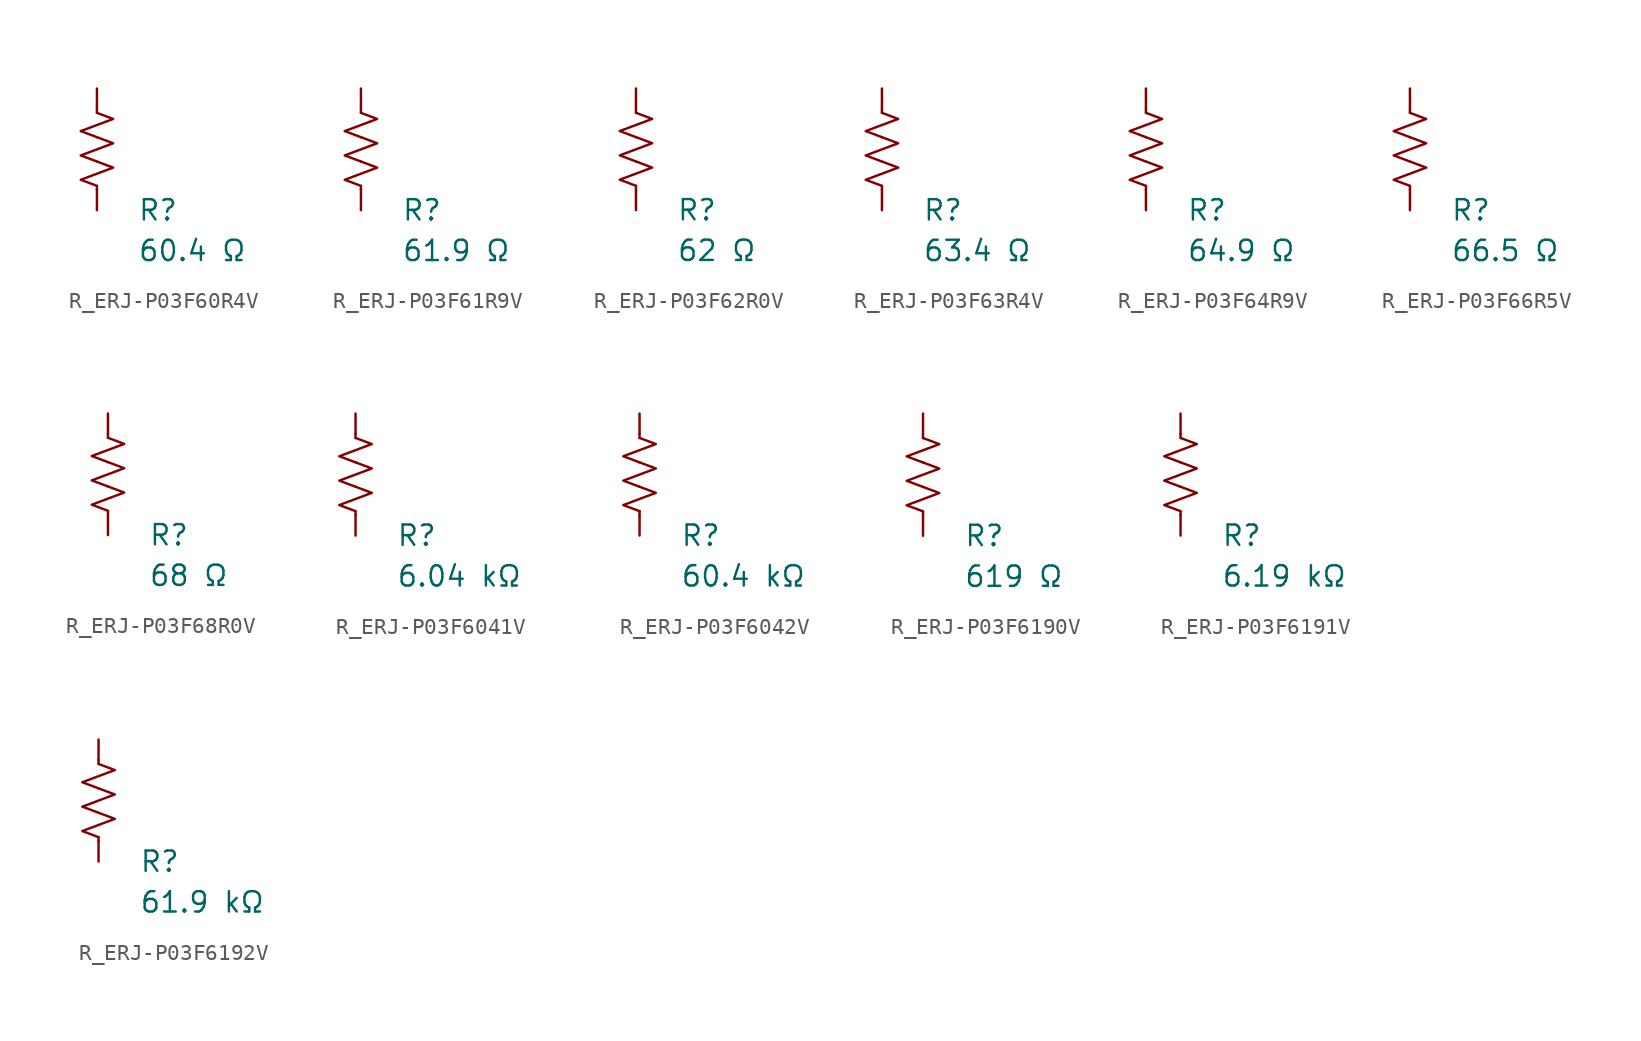
<source format=kicad_sym>
(kicad_symbol_lib
  (version 20231120)
  (generator "kicad_symbol_editor")
  (generator_version "8.0")
  (symbol "R_ERJ-P03F60R4V"
    (pin_numbers hide)
    (pin_names
      (offset 0))
    (property "Reference" "R"
      (at 2.54 -3.81 0)
      (effects (font (size 1.27 1.27)) (justify left))
      (show_name no))
    (property "Value" "60.4 Ω"
      (at 2.54 -6.35 0)
      (effects (font (size 1.27 1.27)) (justify left))
      (show_name no))
    (symbol "R_ERJ-P03F60R4V_0_1"
      (polyline (pts (xy 0 -2.286) (xy 0 -2.54)) (stroke (width 0) (type default)) (fill (type none)))
      (polyline (pts (xy 0 2.286) (xy 0 2.54)) (stroke (width 0) (type default)) (fill (type none)))
      (polyline (pts (xy 0 -0.762) (xy 1.016 -1.143) (xy 0 -1.524) (xy -1.016 -1.905) (xy 0 -2.286)) (stroke (width 0) (type default)) (fill (type none)))
      (polyline (pts (xy 0 0.762) (xy 1.016 0.381) (xy 0 0) (xy -1.016 -0.381) (xy 0 -0.762)) (stroke (width 0) (type default)) (fill (type none)))
      (polyline (pts (xy 0 2.286) (xy 1.016 1.905) (xy 0 1.524) (xy -1.016 1.143) (xy 0 0.762)) (stroke (width 0) (type default)) (fill (type none))))
    (symbol "R_ERJ-P03F60R4V_1_1"
      (pin passive line (at 0 3.81 270) (length 1.27) (name "~" (effects (font (size 1.27 1.27)))) (number "1" (effects (font (size 1.27 1.27)))))
      (pin passive line (at 0 -3.81 90) (length 1.27) (name "~" (effects (font (size 1.27 1.27)))) (number "2" (effects (font (size 1.27 1.27)))))))
  (symbol "R_ERJ-P03F61R9V"
    (pin_numbers hide)
    (pin_names
      (offset 0))
    (property "Reference" "R"
      (at 2.54 -3.81 0)
      (effects (font (size 1.27 1.27)) (justify left))
      (show_name no))
    (property "Value" "61.9 Ω"
      (at 2.54 -6.35 0)
      (effects (font (size 1.27 1.27)) (justify left))
      (show_name no))
    (symbol "R_ERJ-P03F61R9V_0_1"
      (polyline (pts (xy 0 -2.286) (xy 0 -2.54)) (stroke (width 0) (type default)) (fill (type none)))
      (polyline (pts (xy 0 2.286) (xy 0 2.54)) (stroke (width 0) (type default)) (fill (type none)))
      (polyline (pts (xy 0 -0.762) (xy 1.016 -1.143) (xy 0 -1.524) (xy -1.016 -1.905) (xy 0 -2.286)) (stroke (width 0) (type default)) (fill (type none)))
      (polyline (pts (xy 0 0.762) (xy 1.016 0.381) (xy 0 0) (xy -1.016 -0.381) (xy 0 -0.762)) (stroke (width 0) (type default)) (fill (type none)))
      (polyline (pts (xy 0 2.286) (xy 1.016 1.905) (xy 0 1.524) (xy -1.016 1.143) (xy 0 0.762)) (stroke (width 0) (type default)) (fill (type none))))
    (symbol "R_ERJ-P03F61R9V_1_1"
      (pin passive line (at 0 3.81 270) (length 1.27) (name "~" (effects (font (size 1.27 1.27)))) (number "1" (effects (font (size 1.27 1.27)))))
      (pin passive line (at 0 -3.81 90) (length 1.27) (name "~" (effects (font (size 1.27 1.27)))) (number "2" (effects (font (size 1.27 1.27)))))))
  (symbol "R_ERJ-P03F62R0V"
    (pin_numbers hide)
    (pin_names
      (offset 0))
    (property "Reference" "R"
      (at 2.54 -3.81 0)
      (effects (font (size 1.27 1.27)) (justify left))
      (show_name no))
    (property "Value" "62 Ω"
      (at 2.54 -6.35 0)
      (effects (font (size 1.27 1.27)) (justify left))
      (show_name no))
    (symbol "R_ERJ-P03F62R0V_0_1"
      (polyline (pts (xy 0 -2.286) (xy 0 -2.54)) (stroke (width 0) (type default)) (fill (type none)))
      (polyline (pts (xy 0 2.286) (xy 0 2.54)) (stroke (width 0) (type default)) (fill (type none)))
      (polyline (pts (xy 0 -0.762) (xy 1.016 -1.143) (xy 0 -1.524) (xy -1.016 -1.905) (xy 0 -2.286)) (stroke (width 0) (type default)) (fill (type none)))
      (polyline (pts (xy 0 0.762) (xy 1.016 0.381) (xy 0 0) (xy -1.016 -0.381) (xy 0 -0.762)) (stroke (width 0) (type default)) (fill (type none)))
      (polyline (pts (xy 0 2.286) (xy 1.016 1.905) (xy 0 1.524) (xy -1.016 1.143) (xy 0 0.762)) (stroke (width 0) (type default)) (fill (type none))))
    (symbol "R_ERJ-P03F62R0V_1_1"
      (pin passive line (at 0 3.81 270) (length 1.27) (name "~" (effects (font (size 1.27 1.27)))) (number "1" (effects (font (size 1.27 1.27)))))
      (pin passive line (at 0 -3.81 90) (length 1.27) (name "~" (effects (font (size 1.27 1.27)))) (number "2" (effects (font (size 1.27 1.27)))))))
  (symbol "R_ERJ-P03F63R4V"
    (pin_numbers hide)
    (pin_names
      (offset 0))
    (property "Reference" "R"
      (at 2.54 -3.81 0)
      (effects (font (size 1.27 1.27)) (justify left))
      (show_name no))
    (property "Value" "63.4 Ω"
      (at 2.54 -6.35 0)
      (effects (font (size 1.27 1.27)) (justify left))
      (show_name no))
    (symbol "R_ERJ-P03F63R4V_0_1"
      (polyline (pts (xy 0 -2.286) (xy 0 -2.54)) (stroke (width 0) (type default)) (fill (type none)))
      (polyline (pts (xy 0 2.286) (xy 0 2.54)) (stroke (width 0) (type default)) (fill (type none)))
      (polyline (pts (xy 0 -0.762) (xy 1.016 -1.143) (xy 0 -1.524) (xy -1.016 -1.905) (xy 0 -2.286)) (stroke (width 0) (type default)) (fill (type none)))
      (polyline (pts (xy 0 0.762) (xy 1.016 0.381) (xy 0 0) (xy -1.016 -0.381) (xy 0 -0.762)) (stroke (width 0) (type default)) (fill (type none)))
      (polyline (pts (xy 0 2.286) (xy 1.016 1.905) (xy 0 1.524) (xy -1.016 1.143) (xy 0 0.762)) (stroke (width 0) (type default)) (fill (type none))))
    (symbol "R_ERJ-P03F63R4V_1_1"
      (pin passive line (at 0 3.81 270) (length 1.27) (name "~" (effects (font (size 1.27 1.27)))) (number "1" (effects (font (size 1.27 1.27)))))
      (pin passive line (at 0 -3.81 90) (length 1.27) (name "~" (effects (font (size 1.27 1.27)))) (number "2" (effects (font (size 1.27 1.27)))))))
  (symbol "R_ERJ-P03F64R9V"
    (pin_numbers hide)
    (pin_names
      (offset 0))
    (property "Reference" "R"
      (at 2.54 -3.81 0)
      (effects (font (size 1.27 1.27)) (justify left))
      (show_name no))
    (property "Value" "64.9 Ω"
      (at 2.54 -6.35 0)
      (effects (font (size 1.27 1.27)) (justify left))
      (show_name no))
    (symbol "R_ERJ-P03F64R9V_0_1"
      (polyline (pts (xy 0 -2.286) (xy 0 -2.54)) (stroke (width 0) (type default)) (fill (type none)))
      (polyline (pts (xy 0 2.286) (xy 0 2.54)) (stroke (width 0) (type default)) (fill (type none)))
      (polyline (pts (xy 0 -0.762) (xy 1.016 -1.143) (xy 0 -1.524) (xy -1.016 -1.905) (xy 0 -2.286)) (stroke (width 0) (type default)) (fill (type none)))
      (polyline (pts (xy 0 0.762) (xy 1.016 0.381) (xy 0 0) (xy -1.016 -0.381) (xy 0 -0.762)) (stroke (width 0) (type default)) (fill (type none)))
      (polyline (pts (xy 0 2.286) (xy 1.016 1.905) (xy 0 1.524) (xy -1.016 1.143) (xy 0 0.762)) (stroke (width 0) (type default)) (fill (type none))))
    (symbol "R_ERJ-P03F64R9V_1_1"
      (pin passive line (at 0 3.81 270) (length 1.27) (name "~" (effects (font (size 1.27 1.27)))) (number "1" (effects (font (size 1.27 1.27)))))
      (pin passive line (at 0 -3.81 90) (length 1.27) (name "~" (effects (font (size 1.27 1.27)))) (number "2" (effects (font (size 1.27 1.27)))))))
  (symbol "R_ERJ-P03F66R5V"
    (pin_numbers hide)
    (pin_names
      (offset 0))
    (property "Reference" "R"
      (at 2.54 -3.81 0)
      (effects (font (size 1.27 1.27)) (justify left))
      (show_name no))
    (property "Value" "66.5 Ω"
      (at 2.54 -6.35 0)
      (effects (font (size 1.27 1.27)) (justify left))
      (show_name no))
    (symbol "R_ERJ-P03F66R5V_0_1"
      (polyline (pts (xy 0 -2.286) (xy 0 -2.54)) (stroke (width 0) (type default)) (fill (type none)))
      (polyline (pts (xy 0 2.286) (xy 0 2.54)) (stroke (width 0) (type default)) (fill (type none)))
      (polyline (pts (xy 0 -0.762) (xy 1.016 -1.143) (xy 0 -1.524) (xy -1.016 -1.905) (xy 0 -2.286)) (stroke (width 0) (type default)) (fill (type none)))
      (polyline (pts (xy 0 0.762) (xy 1.016 0.381) (xy 0 0) (xy -1.016 -0.381) (xy 0 -0.762)) (stroke (width 0) (type default)) (fill (type none)))
      (polyline (pts (xy 0 2.286) (xy 1.016 1.905) (xy 0 1.524) (xy -1.016 1.143) (xy 0 0.762)) (stroke (width 0) (type default)) (fill (type none))))
    (symbol "R_ERJ-P03F66R5V_1_1"
      (pin passive line (at 0 3.81 270) (length 1.27) (name "~" (effects (font (size 1.27 1.27)))) (number "1" (effects (font (size 1.27 1.27)))))
      (pin passive line (at 0 -3.81 90) (length 1.27) (name "~" (effects (font (size 1.27 1.27)))) (number "2" (effects (font (size 1.27 1.27)))))))
  (symbol "R_ERJ-P03F68R0V"
    (pin_numbers hide)
    (pin_names
      (offset 0))
    (property "Reference" "R"
      (at 2.54 -3.81 0)
      (effects (font (size 1.27 1.27)) (justify left))
      (show_name no))
    (property "Value" "68 Ω"
      (at 2.54 -6.35 0)
      (effects (font (size 1.27 1.27)) (justify left))
      (show_name no))
    (symbol "R_ERJ-P03F68R0V_0_1"
      (polyline (pts (xy 0 -2.286) (xy 0 -2.54)) (stroke (width 0) (type default)) (fill (type none)))
      (polyline (pts (xy 0 2.286) (xy 0 2.54)) (stroke (width 0) (type default)) (fill (type none)))
      (polyline (pts (xy 0 -0.762) (xy 1.016 -1.143) (xy 0 -1.524) (xy -1.016 -1.905) (xy 0 -2.286)) (stroke (width 0) (type default)) (fill (type none)))
      (polyline (pts (xy 0 0.762) (xy 1.016 0.381) (xy 0 0) (xy -1.016 -0.381) (xy 0 -0.762)) (stroke (width 0) (type default)) (fill (type none)))
      (polyline (pts (xy 0 2.286) (xy 1.016 1.905) (xy 0 1.524) (xy -1.016 1.143) (xy 0 0.762)) (stroke (width 0) (type default)) (fill (type none))))
    (symbol "R_ERJ-P03F68R0V_1_1"
      (pin passive line (at 0 3.81 270) (length 1.27) (name "~" (effects (font (size 1.27 1.27)))) (number "1" (effects (font (size 1.27 1.27)))))
      (pin passive line (at 0 -3.81 90) (length 1.27) (name "~" (effects (font (size 1.27 1.27)))) (number "2" (effects (font (size 1.27 1.27)))))))
  (symbol "R_ERJ-P03F6041V"
    (pin_numbers hide)
    (pin_names
      (offset 0))
    (property "Reference" "R"
      (at 2.54 -3.81 0)
      (effects (font (size 1.27 1.27)) (justify left))
      (show_name no))
    (property "Value" "6.04 kΩ"
      (at 2.54 -6.35 0)
      (effects (font (size 1.27 1.27)) (justify left))
      (show_name no))
    (symbol "R_ERJ-P03F6041V_0_1"
      (polyline (pts (xy 0 -2.286) (xy 0 -2.54)) (stroke (width 0) (type default)) (fill (type none)))
      (polyline (pts (xy 0 2.286) (xy 0 2.54)) (stroke (width 0) (type default)) (fill (type none)))
      (polyline (pts (xy 0 -0.762) (xy 1.016 -1.143) (xy 0 -1.524) (xy -1.016 -1.905) (xy 0 -2.286)) (stroke (width 0) (type default)) (fill (type none)))
      (polyline (pts (xy 0 0.762) (xy 1.016 0.381) (xy 0 0) (xy -1.016 -0.381) (xy 0 -0.762)) (stroke (width 0) (type default)) (fill (type none)))
      (polyline (pts (xy 0 2.286) (xy 1.016 1.905) (xy 0 1.524) (xy -1.016 1.143) (xy 0 0.762)) (stroke (width 0) (type default)) (fill (type none))))
    (symbol "R_ERJ-P03F6041V_1_1"
      (pin passive line (at 0 3.81 270) (length 1.27) (name "~" (effects (font (size 1.27 1.27)))) (number "1" (effects (font (size 1.27 1.27)))))
      (pin passive line (at 0 -3.81 90) (length 1.27) (name "~" (effects (font (size 1.27 1.27)))) (number "2" (effects (font (size 1.27 1.27)))))))
  (symbol "R_ERJ-P03F6042V"
    (pin_numbers hide)
    (pin_names
      (offset 0))
    (property "Reference" "R"
      (at 2.54 -3.81 0)
      (effects (font (size 1.27 1.27)) (justify left))
      (show_name no))
    (property "Value" "60.4 kΩ"
      (at 2.54 -6.35 0)
      (effects (font (size 1.27 1.27)) (justify left))
      (show_name no))
    (symbol "R_ERJ-P03F6042V_0_1"
      (polyline (pts (xy 0 -2.286) (xy 0 -2.54)) (stroke (width 0) (type default)) (fill (type none)))
      (polyline (pts (xy 0 2.286) (xy 0 2.54)) (stroke (width 0) (type default)) (fill (type none)))
      (polyline (pts (xy 0 -0.762) (xy 1.016 -1.143) (xy 0 -1.524) (xy -1.016 -1.905) (xy 0 -2.286)) (stroke (width 0) (type default)) (fill (type none)))
      (polyline (pts (xy 0 0.762) (xy 1.016 0.381) (xy 0 0) (xy -1.016 -0.381) (xy 0 -0.762)) (stroke (width 0) (type default)) (fill (type none)))
      (polyline (pts (xy 0 2.286) (xy 1.016 1.905) (xy 0 1.524) (xy -1.016 1.143) (xy 0 0.762)) (stroke (width 0) (type default)) (fill (type none))))
    (symbol "R_ERJ-P03F6042V_1_1"
      (pin passive line (at 0 3.81 270) (length 1.27) (name "~" (effects (font (size 1.27 1.27)))) (number "1" (effects (font (size 1.27 1.27)))))
      (pin passive line (at 0 -3.81 90) (length 1.27) (name "~" (effects (font (size 1.27 1.27)))) (number "2" (effects (font (size 1.27 1.27)))))))
  (symbol "R_ERJ-P03F6190V"
    (pin_numbers hide)
    (pin_names
      (offset 0))
    (property "Reference" "R"
      (at 2.54 -3.81 0)
      (effects (font (size 1.27 1.27)) (justify left))
      (show_name no))
    (property "Value" "619 Ω"
      (at 2.54 -6.35 0)
      (effects (font (size 1.27 1.27)) (justify left))
      (show_name no))
    (symbol "R_ERJ-P03F6190V_0_1"
      (polyline (pts (xy 0 -2.286) (xy 0 -2.54)) (stroke (width 0) (type default)) (fill (type none)))
      (polyline (pts (xy 0 2.286) (xy 0 2.54)) (stroke (width 0) (type default)) (fill (type none)))
      (polyline (pts (xy 0 -0.762) (xy 1.016 -1.143) (xy 0 -1.524) (xy -1.016 -1.905) (xy 0 -2.286)) (stroke (width 0) (type default)) (fill (type none)))
      (polyline (pts (xy 0 0.762) (xy 1.016 0.381) (xy 0 0) (xy -1.016 -0.381) (xy 0 -0.762)) (stroke (width 0) (type default)) (fill (type none)))
      (polyline (pts (xy 0 2.286) (xy 1.016 1.905) (xy 0 1.524) (xy -1.016 1.143) (xy 0 0.762)) (stroke (width 0) (type default)) (fill (type none))))
    (symbol "R_ERJ-P03F6190V_1_1"
      (pin passive line (at 0 3.81 270) (length 1.27) (name "~" (effects (font (size 1.27 1.27)))) (number "1" (effects (font (size 1.27 1.27)))))
      (pin passive line (at 0 -3.81 90) (length 1.27) (name "~" (effects (font (size 1.27 1.27)))) (number "2" (effects (font (size 1.27 1.27)))))))
  (symbol "R_ERJ-P03F6191V"
    (pin_numbers hide)
    (pin_names
      (offset 0))
    (property "Reference" "R"
      (at 2.54 -3.81 0)
      (effects (font (size 1.27 1.27)) (justify left))
      (show_name no))
    (property "Value" "6.19 kΩ"
      (at 2.54 -6.35 0)
      (effects (font (size 1.27 1.27)) (justify left))
      (show_name no))
    (symbol "R_ERJ-P03F6191V_0_1"
      (polyline (pts (xy 0 -2.286) (xy 0 -2.54)) (stroke (width 0) (type default)) (fill (type none)))
      (polyline (pts (xy 0 2.286) (xy 0 2.54)) (stroke (width 0) (type default)) (fill (type none)))
      (polyline (pts (xy 0 -0.762) (xy 1.016 -1.143) (xy 0 -1.524) (xy -1.016 -1.905) (xy 0 -2.286)) (stroke (width 0) (type default)) (fill (type none)))
      (polyline (pts (xy 0 0.762) (xy 1.016 0.381) (xy 0 0) (xy -1.016 -0.381) (xy 0 -0.762)) (stroke (width 0) (type default)) (fill (type none)))
      (polyline (pts (xy 0 2.286) (xy 1.016 1.905) (xy 0 1.524) (xy -1.016 1.143) (xy 0 0.762)) (stroke (width 0) (type default)) (fill (type none))))
    (symbol "R_ERJ-P03F6191V_1_1"
      (pin passive line (at 0 3.81 270) (length 1.27) (name "~" (effects (font (size 1.27 1.27)))) (number "1" (effects (font (size 1.27 1.27)))))
      (pin passive line (at 0 -3.81 90) (length 1.27) (name "~" (effects (font (size 1.27 1.27)))) (number "2" (effects (font (size 1.27 1.27)))))))
  (symbol "R_ERJ-P03F6192V"
    (pin_numbers hide)
    (pin_names
      (offset 0))
    (property "Reference" "R"
      (at 2.54 -3.81 0)
      (effects (font (size 1.27 1.27)) (justify left))
      (show_name no))
    (property "Value" "61.9 kΩ"
      (at 2.54 -6.35 0)
      (effects (font (size 1.27 1.27)) (justify left))
      (show_name no))
    (symbol "R_ERJ-P03F6192V_0_1"
      (polyline (pts (xy 0 -2.286) (xy 0 -2.54)) (stroke (width 0) (type default)) (fill (type none)))
      (polyline (pts (xy 0 2.286) (xy 0 2.54)) (stroke (width 0) (type default)) (fill (type none)))
      (polyline (pts (xy 0 -0.762) (xy 1.016 -1.143) (xy 0 -1.524) (xy -1.016 -1.905) (xy 0 -2.286)) (stroke (width 0) (type default)) (fill (type none)))
      (polyline (pts (xy 0 0.762) (xy 1.016 0.381) (xy 0 0) (xy -1.016 -0.381) (xy 0 -0.762)) (stroke (width 0) (type default)) (fill (type none)))
      (polyline (pts (xy 0 2.286) (xy 1.016 1.905) (xy 0 1.524) (xy -1.016 1.143) (xy 0 0.762)) (stroke (width 0) (type default)) (fill (type none))))
    (symbol "R_ERJ-P03F6192V_1_1"
      (pin passive line (at 0 3.81 270) (length 1.27) (name "~" (effects (font (size 1.27 1.27)))) (number "1" (effects (font (size 1.27 1.27)))))
      (pin passive line (at 0 -3.81 90) (length 1.27) (name "~" (effects (font (size 1.27 1.27)))) (number "2" (effects (font (size 1.27 1.27))))))))
</source>
